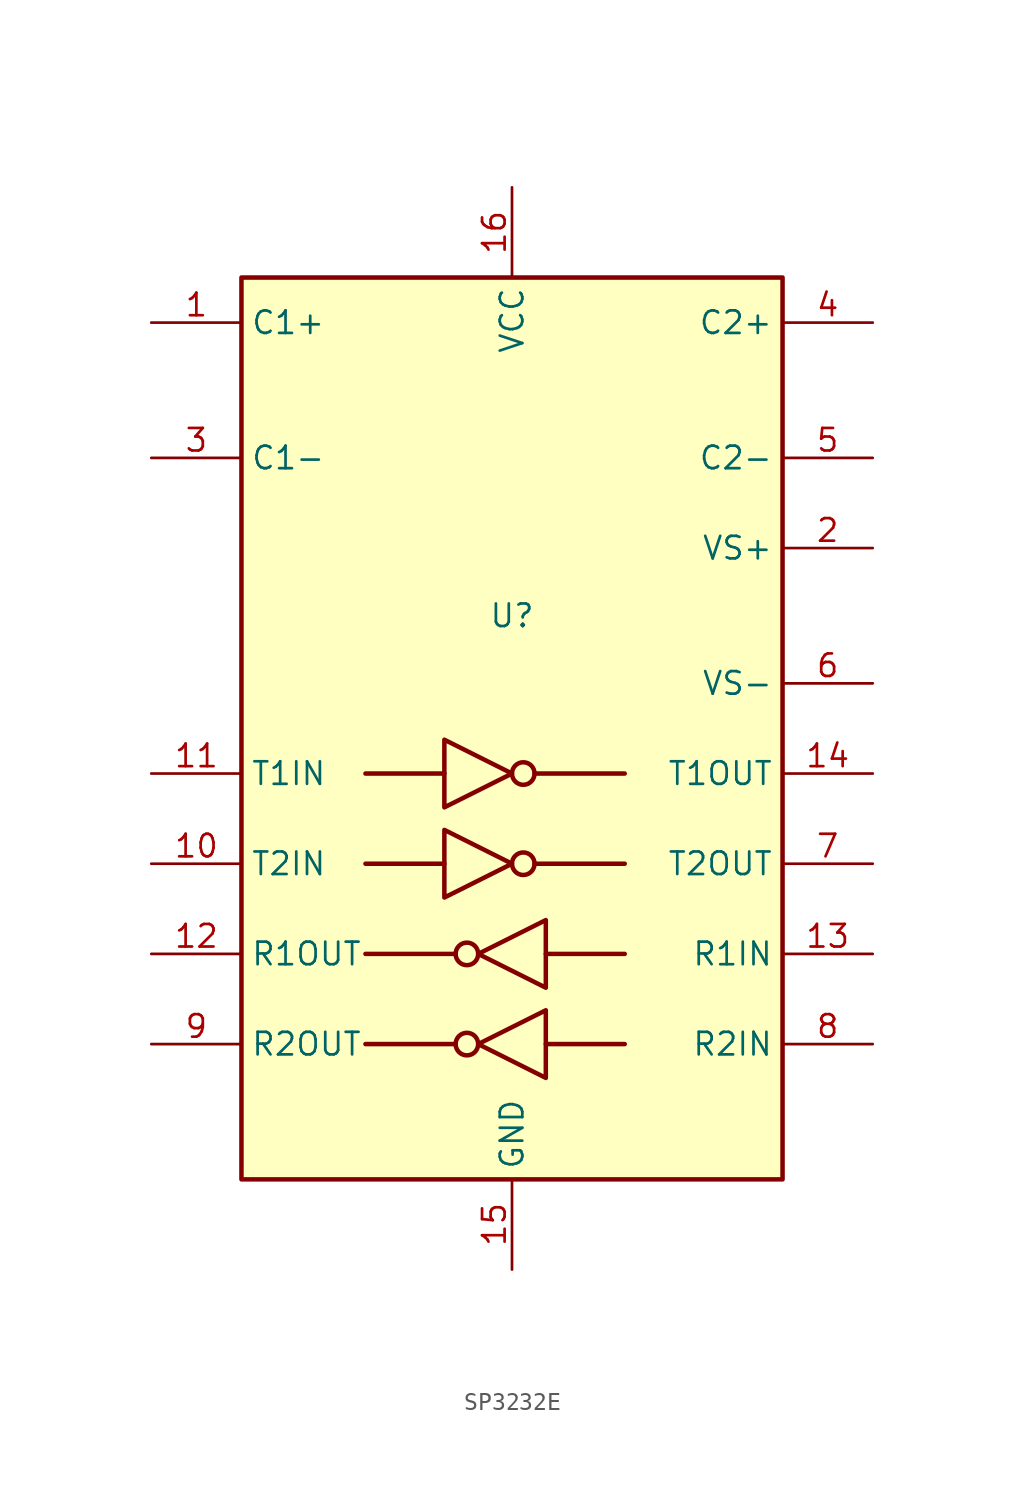
<source format=kicad_sym>
(kicad_symbol_lib
  (version 20220914)
  (generator kicad_symbol_editor)
  (symbol "SP3232E"
    (property "Reference" "U"
      (at 0 0 0)
      (effects (font (size 1.27 1.27))))
    (property "Value" ""
      (at 0 0 0)
      (effects (font (size 1.27 1.27))))
    (symbol "SP3232E_0_1"
      (rectangle (start -15.24 -31.75) (end 15.24 19.05) (stroke (width 0.254) (type default)) (fill (type background)))
      (circle (center -2.54 -24.13) (radius 0.635) (stroke (width 0.254) (type default)) (fill (type none)))
      (circle (center -2.54 -19.05) (radius 0.635) (stroke (width 0.254) (type default)) (fill (type none)))
      (polyline (pts (xy -3.81 -13.97) (xy -8.255 -13.97)) (stroke (width 0.254) (type default)) (fill (type none)))
      (polyline (pts (xy -3.81 -8.89) (xy -8.255 -8.89)) (stroke (width 0.254) (type default)) (fill (type none)))
      (polyline (pts (xy -3.175 -24.13) (xy -8.255 -24.13)) (stroke (width 0.254) (type default)) (fill (type none)))
      (polyline (pts (xy -3.175 -19.05) (xy -8.255 -19.05)) (stroke (width 0.254) (type default)) (fill (type none)))
      (polyline (pts (xy 1.27 -13.97) (xy 6.35 -13.97)) (stroke (width 0.254) (type default)) (fill (type none)))
      (polyline (pts (xy 1.27 -8.89) (xy 6.35 -8.89)) (stroke (width 0.254) (type default)) (fill (type none)))
      (polyline (pts (xy 1.905 -24.13) (xy 6.35 -24.13)) (stroke (width 0.254) (type default)) (fill (type none)))
      (polyline (pts (xy 1.905 -19.05) (xy 6.35 -19.05)) (stroke (width 0.254) (type default)) (fill (type none)))
      (polyline (pts (xy -3.81 -12.065) (xy -3.81 -15.875) (xy 0 -13.97) (xy -3.81 -12.065)) (stroke (width 0.254) (type default)) (fill (type none)))
      (polyline (pts (xy -3.81 -6.985) (xy -3.81 -10.795) (xy 0 -8.89) (xy -3.81 -6.985)) (stroke (width 0.254) (type default)) (fill (type none)))
      (polyline (pts (xy 1.905 -22.225) (xy 1.905 -26.035) (xy -1.905 -24.13) (xy 1.905 -22.225)) (stroke (width 0.254) (type default)) (fill (type none)))
      (polyline (pts (xy 1.905 -17.145) (xy 1.905 -20.955) (xy -1.905 -19.05) (xy 1.905 -17.145)) (stroke (width 0.254) (type default)) (fill (type none)))
      (circle (center 0.635 -13.97) (radius 0.635) (stroke (width 0.254) (type default)) (fill (type none)))
      (circle (center 0.635 -8.89) (radius 0.635) (stroke (width 0.254) (type default)) (fill (type none))))
    (symbol "SP3232E_1_1"
      (pin passive line (at -20.32 16.51 0) (length 5.08) (name "C1+" (effects (font (size 1.27 1.27)))) (number "1" (effects (font (size 1.27 1.27)))))
      (pin input line (at -20.32 -13.97 0) (length 5.08) (name "T2IN" (effects (font (size 1.27 1.27)))) (number "10" (effects (font (size 1.27 1.27)))))
      (pin input line (at -20.32 -8.89 0) (length 5.08) (name "T1IN" (effects (font (size 1.27 1.27)))) (number "11" (effects (font (size 1.27 1.27)))))
      (pin output line (at -20.32 -19.05 0) (length 5.08) (name "R1OUT" (effects (font (size 1.27 1.27)))) (number "12" (effects (font (size 1.27 1.27)))))
      (pin input line (at 20.32 -19.05 180) (length 5.08) (name "R1IN" (effects (font (size 1.27 1.27)))) (number "13" (effects (font (size 1.27 1.27)))))
      (pin output line (at 20.32 -8.89 180) (length 5.08) (name "T1OUT" (effects (font (size 1.27 1.27)))) (number "14" (effects (font (size 1.27 1.27)))))
      (pin power_in line (at 0 -36.83 90) (length 5.08) (name "GND" (effects (font (size 1.27 1.27)))) (number "15" (effects (font (size 1.27 1.27)))))
      (pin power_in line (at 0 24.13 270) (length 5.08) (name "VCC" (effects (font (size 1.27 1.27)))) (number "16" (effects (font (size 1.27 1.27)))))
      (pin power_out line (at 20.32 3.81 180) (length 5.08) (name "VS+" (effects (font (size 1.27 1.27)))) (number "2" (effects (font (size 1.27 1.27)))))
      (pin passive line (at -20.32 8.89 0) (length 5.08) (name "C1-" (effects (font (size 1.27 1.27)))) (number "3" (effects (font (size 1.27 1.27)))))
      (pin passive line (at 20.32 16.51 180) (length 5.08) (name "C2+" (effects (font (size 1.27 1.27)))) (number "4" (effects (font (size 1.27 1.27)))))
      (pin passive line (at 20.32 8.89 180) (length 5.08) (name "C2-" (effects (font (size 1.27 1.27)))) (number "5" (effects (font (size 1.27 1.27)))))
      (pin power_out line (at 20.32 -3.81 180) (length 5.08) (name "VS-" (effects (font (size 1.27 1.27)))) (number "6" (effects (font (size 1.27 1.27)))))
      (pin output line (at 20.32 -13.97 180) (length 5.08) (name "T2OUT" (effects (font (size 1.27 1.27)))) (number "7" (effects (font (size 1.27 1.27)))))
      (pin input line (at 20.32 -24.13 180) (length 5.08) (name "R2IN" (effects (font (size 1.27 1.27)))) (number "8" (effects (font (size 1.27 1.27)))))
      (pin output line (at -20.32 -24.13 0) (length 5.08) (name "R2OUT" (effects (font (size 1.27 1.27)))) (number "9" (effects (font (size 1.27 1.27))))))))
</source>
